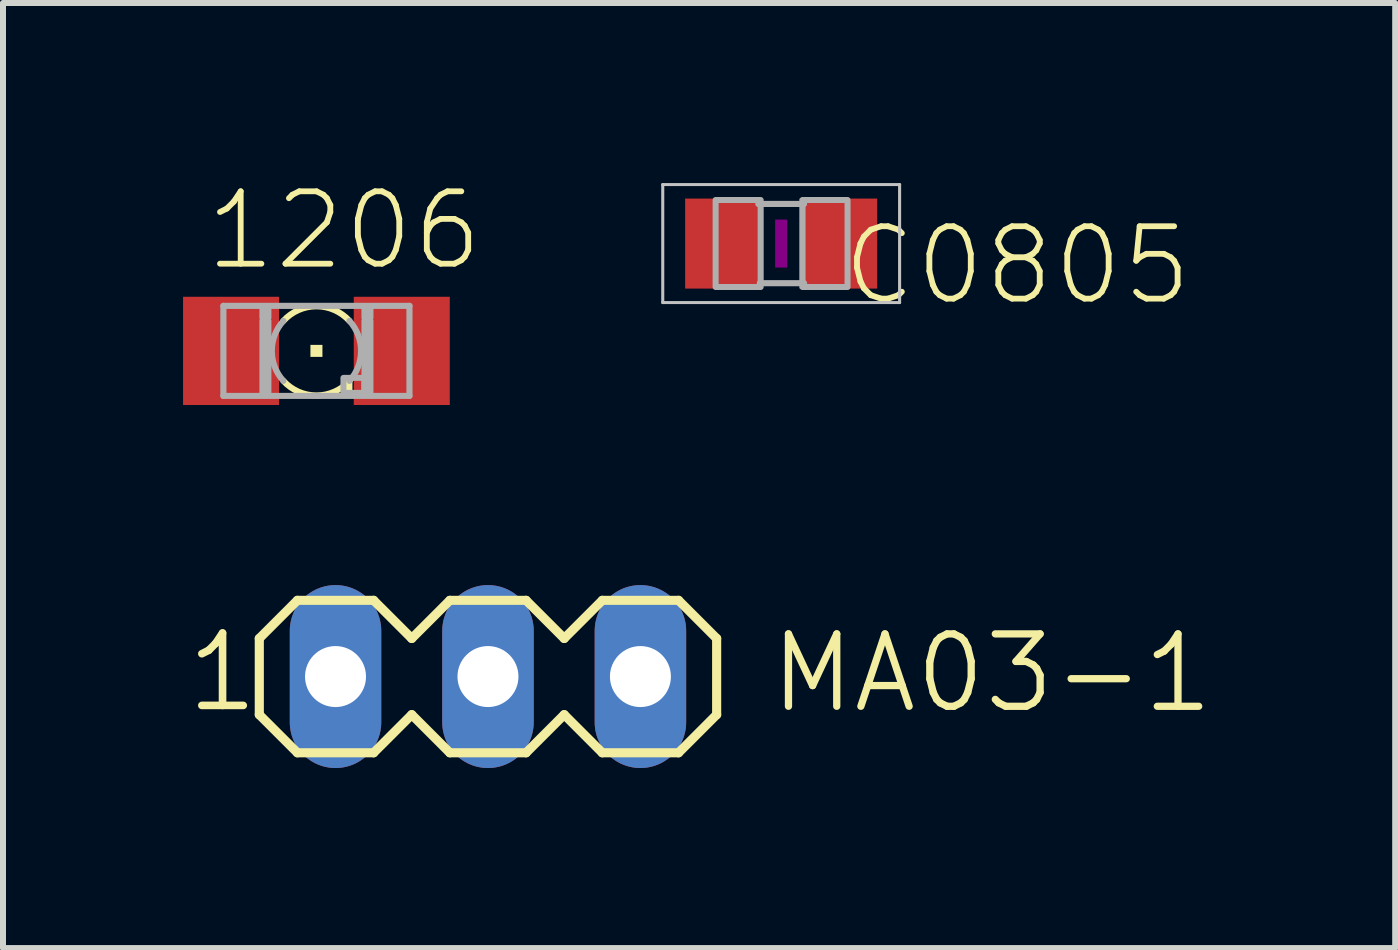
<source format=kicad_pcb>
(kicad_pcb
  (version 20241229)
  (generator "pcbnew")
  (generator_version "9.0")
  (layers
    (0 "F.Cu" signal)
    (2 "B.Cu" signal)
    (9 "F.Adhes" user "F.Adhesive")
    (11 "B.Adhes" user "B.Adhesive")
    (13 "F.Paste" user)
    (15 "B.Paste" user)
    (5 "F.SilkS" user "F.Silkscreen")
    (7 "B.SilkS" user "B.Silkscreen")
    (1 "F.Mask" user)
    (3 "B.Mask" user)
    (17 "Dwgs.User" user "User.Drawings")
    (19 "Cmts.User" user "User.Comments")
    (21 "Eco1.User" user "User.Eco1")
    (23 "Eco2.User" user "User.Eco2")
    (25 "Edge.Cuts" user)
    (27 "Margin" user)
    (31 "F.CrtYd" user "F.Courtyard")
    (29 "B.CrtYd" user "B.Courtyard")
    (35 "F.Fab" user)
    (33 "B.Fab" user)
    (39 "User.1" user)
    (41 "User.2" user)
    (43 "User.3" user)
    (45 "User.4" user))
  (footprint "MA03-1"
    (layer "F.Cu")
    (at 5.08 8.222)
    (property "Reference" "MA03-1" (at 4.64 0.649 180) (layer "F.SilkS") (effects (font (size 1.206 1.206) (thickness 0.121)) (justify left bottom)))
    (attr through_hole)
    (fp_line (start -3.81 -0.635) (end -3.81 0.635) (stroke (width 0.152) (type solid)) (layer "F.SilkS"))
    (fp_line (start -3.81 0.635) (end -3.175 1.27) (stroke (width 0.152) (type solid)) (layer "F.SilkS"))
    (fp_line (start -3.175 -1.27) (end -3.81 -0.635) (stroke (width 0.152) (type solid)) (layer "F.SilkS"))
    (fp_line (start -3.175 -1.27) (end -1.905 -1.27) (stroke (width 0.152) (type solid)) (layer "F.SilkS"))
    (fp_line (start -1.905 -1.27) (end -1.27 -0.635) (stroke (width 0.152) (type solid)) (layer "F.SilkS"))
    (fp_line (start -1.905 1.27) (end -3.175 1.27) (stroke (width 0.152) (type solid)) (layer "F.SilkS"))
    (fp_line (start -1.27 -0.635) (end -0.635 -1.27) (stroke (width 0.152) (type solid)) (layer "F.SilkS"))
    (fp_line (start -1.27 0.635) (end -1.905 1.27) (stroke (width 0.152) (type solid)) (layer "F.SilkS"))
    (fp_line (start -0.635 -1.27) (end 0.635 -1.27) (stroke (width 0.152) (type solid)) (layer "F.SilkS"))
    (fp_line (start -0.635 1.27) (end -1.27 0.635) (stroke (width 0.152) (type solid)) (layer "F.SilkS"))
    (fp_line (start 0.635 -1.27) (end 1.27 -0.635) (stroke (width 0.152) (type solid)) (layer "F.SilkS"))
    (fp_line (start 0.635 1.27) (end -0.635 1.27) (stroke (width 0.152) (type solid)) (layer "F.SilkS"))
    (fp_line (start 1.27 -0.635) (end 1.905 -1.27) (stroke (width 0.152) (type solid)) (layer "F.SilkS"))
    (fp_line (start 1.27 0.635) (end 0.635 1.27) (stroke (width 0.152) (type solid)) (layer "F.SilkS"))
    (fp_line (start 1.905 -1.27) (end 3.175 -1.27) (stroke (width 0.152) (type solid)) (layer "F.SilkS"))
    (fp_line (start 1.905 1.27) (end 1.27 0.635) (stroke (width 0.152) (type solid)) (layer "F.SilkS"))
    (fp_line (start 3.175 -1.27) (end 3.81 -0.635) (stroke (width 0.152) (type solid)) (layer "F.SilkS"))
    (fp_line (start 3.175 1.27) (end 1.905 1.27) (stroke (width 0.152) (type solid)) (layer "F.SilkS"))
    (fp_line (start 3.81 -0.635) (end 3.81 0.635) (stroke (width 0.152) (type solid)) (layer "F.SilkS"))
    (fp_line (start 3.81 0.635) (end 3.175 1.27) (stroke (width 0.152) (type solid)) (layer "F.SilkS"))
    (fp_poly (pts (xy -2.794 0.254) (xy -2.286 0.254) (xy -2.286 -0.254) (xy -2.794 -0.254)) (stroke (width 0.1) (type solid)) (fill no) (layer "F.Fab"))
    (fp_poly (pts (xy -0.254 0.254) (xy 0.254 0.254) (xy 0.254 -0.254) (xy -0.254 -0.254)) (stroke (width 0.1) (type solid)) (fill no) (layer "F.Fab"))
    (fp_poly (pts (xy 2.286 0.254) (xy 2.794 0.254) (xy 2.794 -0.254) (xy 2.286 -0.254)) (stroke (width 0.1) (type solid)) (fill no) (layer "F.Fab"))
    (fp_text user "1" (at -5.08 0.635 0) (layer "F.SilkS") (effects (font (size 1.206 1.206) (thickness 0.127)) (justify left bottom)))
    (pad "1" thru_hole oval (at -2.54 0 90) (size 3.048 1.524) (drill 1.016) (layers "*.Cu" "*.Mask"))
    (pad "2" thru_hole oval (at 0 0 90) (size 3.048 1.524) (drill 1.016) (layers "*.Cu" "*.Mask"))
    (pad "3" thru_hole oval (at 2.54 0 90) (size 3.048 1.524) (drill 1.016) (layers "*.Cu" "*.Mask")))
  (footprint "1206"
    (layer "F.Cu")
    (at 2.222 2.796)
    (property "Reference" "1206" (at -1.9 -1.3 180) (layer "F.SilkS") (effects (font (size 1.206 1.206) (thickness 0.097)) (justify left bottom)))
    (attr through_hole)
    (fp_arc (start -0.55 -0.5) (mid 0 -0.743303) (end 0.55 -0.5) (stroke (width 0.1016) (type solid)) (layer "F.SilkS"))
    (fp_arc (start 0.55 0.5) (mid 0 0.743303) (end -0.55 0.5) (stroke (width 0.1016) (type solid)) (layer "F.SilkS"))
    (fp_poly (pts (xy -0.1 0.1) (xy 0.1 0.1) (xy 0.1 -0.1) (xy -0.1 -0.1)) (stroke (width 0) (type solid)) (fill yes) (layer "F.SilkS"))
    (fp_poly (pts (xy 0.45 0.7) (xy 0.6 0.7) (xy 0.6 0.45) (xy 0.45 0.45)) (stroke (width 0) (type solid)) (fill yes) (layer "F.SilkS"))
    (fp_line (start -1.55 -0.75) (end 1.55 -0.75) (stroke (width 0.102) (type solid)) (layer "F.Fab"))
    (fp_line (start -1.55 0.75) (end -1.55 -0.75) (stroke (width 0.102) (type solid)) (layer "F.Fab"))
    (fp_line (start 1.55 -0.75) (end 1.55 0.75) (stroke (width 0.102) (type solid)) (layer "F.Fab"))
    (fp_line (start 1.55 0.75) (end -1.55 0.75) (stroke (width 0.102) (type solid)) (layer "F.Fab"))
    (fp_arc (start -0.55 0.5) (mid -0.743303 0) (end -0.55 -0.5) (stroke (width 0.1016) (type solid)) (layer "F.Fab"))
    (fp_arc (start 0.55 -0.5) (mid 0.743303 0) (end 0.55 0.5) (stroke (width 0.1016) (type solid)) (layer "F.Fab"))
    (fp_poly (pts (xy -0.9 -0.55) (xy -0.8 -0.55) (xy -0.8 -0.7) (xy -0.9 -0.7)) (stroke (width 0.1) (type solid)) (fill no) (layer "F.Fab"))
    (fp_poly (pts (xy -0.9 0.7) (xy -0.8 0.7) (xy -0.8 -0.5) (xy -0.9 -0.5)) (stroke (width 0.1) (type solid)) (fill no) (layer "F.Fab"))
    (fp_poly (pts (xy 0.45 0.7) (xy 0.8 0.7) (xy 0.8 0.45) (xy 0.45 0.45)) (stroke (width 0.1) (type solid)) (fill no) (layer "F.Fab"))
    (fp_poly (pts (xy 0.8 -0.55) (xy 0.9 -0.55) (xy 0.9 -0.7) (xy 0.8 -0.7)) (stroke (width 0.1) (type solid)) (fill no) (layer "F.Fab"))
    (fp_poly (pts (xy 0.8 0.7) (xy 0.9 0.7) (xy 0.9 -0.5) (xy 0.8 -0.5)) (stroke (width 0.1) (type solid)) (fill no) (layer "F.Fab"))
    (pad "A" smd rect (at -1.422 0) (size 1.6 1.803) (layers "F.Cu" "F.Mask" "F.Paste"))
    (pad "C" smd rect (at 1.422 0) (size 1.6 1.803) (layers "F.Cu" "F.Mask" "F.Paste")))
  (footprint "C0805"
    (layer "F.Cu")
    (at 9.965 1.008)
    (property "Reference" "C0805" (at 0.97 1.07 180) (layer "F.SilkS") (effects (font (size 1.206 1.206) (thickness 0.097)) (justify left bottom)))
    (attr through_hole)
    (fp_poly (pts (xy -0.1 0.4) (xy 0.1 0.4) (xy 0.1 -0.4) (xy -0.1 -0.4)) (stroke (width 0) (type solid)) (fill yes) (layer "F.Adhes"))
    (fp_line (start -1.973 -0.983) (end 1.973 -0.983) (stroke (width 0.051) (type solid)) (layer "Dwgs.User"))
    (fp_line (start -1.973 0.983) (end -1.973 -0.983) (stroke (width 0.051) (type solid)) (layer "Dwgs.User"))
    (fp_line (start 1.973 -0.983) (end 1.973 0.983) (stroke (width 0.051) (type solid)) (layer "Dwgs.User"))
    (fp_line (start 1.973 0.983) (end -1.973 0.983) (stroke (width 0.051) (type solid)) (layer "Dwgs.User"))
    (fp_line (start -0.381 -0.66) (end 0.381 -0.66) (stroke (width 0.102) (type solid)) (layer "F.Fab"))
    (fp_line (start -0.356 0.66) (end 0.381 0.66) (stroke (width 0.102) (type solid)) (layer "F.Fab"))
    (fp_poly (pts (xy -1.092 0.724) (xy -0.342 0.724) (xy -0.342 -0.726) (xy -1.092 -0.726)) (stroke (width 0.1) (type solid)) (fill no) (layer "F.Fab"))
    (fp_poly (pts (xy 0.356 0.724) (xy 1.106 0.724) (xy 1.106 -0.726) (xy 0.356 -0.726)) (stroke (width 0.1) (type solid)) (fill no) (layer "F.Fab"))
    (pad "1" smd rect (at -0.95 0) (size 1.3 1.5) (layers "F.Cu" "F.Mask" "F.Paste"))
    (pad "2" smd rect (at 0.95 0) (size 1.3 1.5) (layers "F.Cu" "F.Mask" "F.Paste")))
  (gr_rect
    (start -3 -3)
    (end 20.195 12.746)
    (stroke (width 0.1) (type default))
    (fill no)
    (layer "Edge.Cuts")))
</source>
